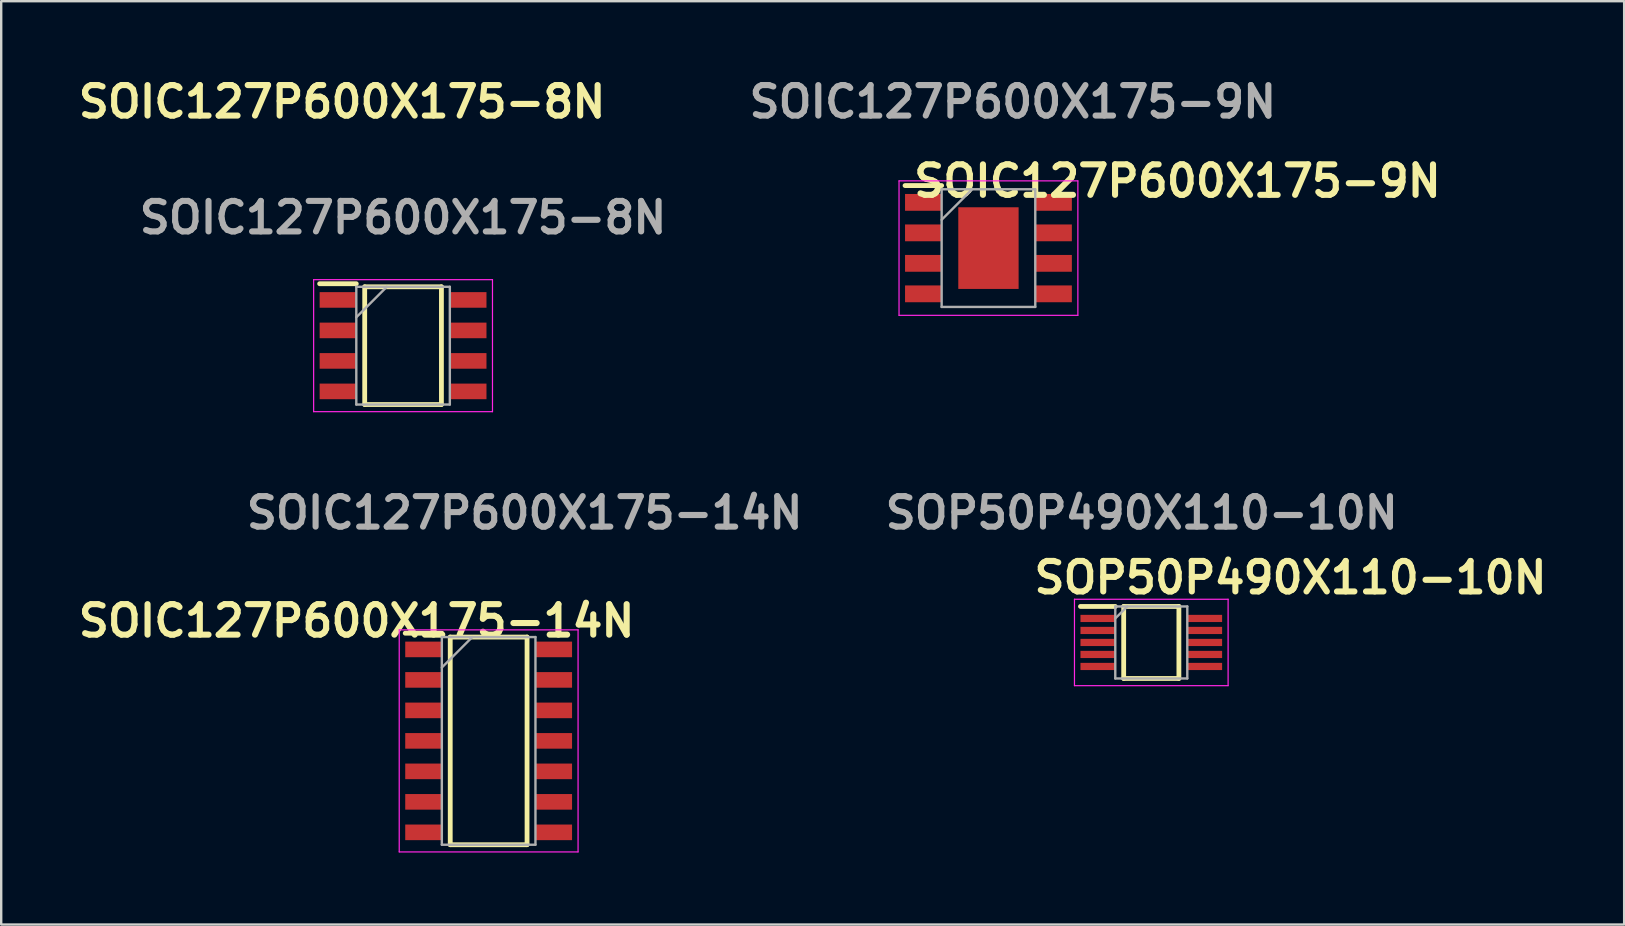
<source format=kicad_pcb>
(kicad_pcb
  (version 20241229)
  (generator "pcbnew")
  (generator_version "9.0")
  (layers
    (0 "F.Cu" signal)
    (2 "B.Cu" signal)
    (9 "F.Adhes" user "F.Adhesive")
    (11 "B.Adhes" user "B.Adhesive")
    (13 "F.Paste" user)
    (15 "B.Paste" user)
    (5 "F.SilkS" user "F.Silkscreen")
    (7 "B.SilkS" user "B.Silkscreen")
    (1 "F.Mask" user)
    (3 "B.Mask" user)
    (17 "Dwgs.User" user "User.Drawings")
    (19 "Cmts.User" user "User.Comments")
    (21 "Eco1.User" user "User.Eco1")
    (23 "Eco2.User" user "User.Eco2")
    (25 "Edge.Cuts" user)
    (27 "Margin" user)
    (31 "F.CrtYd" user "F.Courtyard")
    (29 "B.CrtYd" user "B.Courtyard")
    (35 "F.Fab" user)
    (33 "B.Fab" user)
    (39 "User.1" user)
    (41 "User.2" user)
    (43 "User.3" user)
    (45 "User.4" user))
  (footprint "SOIC127P600X175-14N"
    (layer "F.Cu")
    (at 17.305 27.812)
    (property "Reference" "SOIC127P600X175-14N" (at -5.5 -5 0) (layer "F.SilkS") (effects (font (size 1.27 1.27) (thickness 0.254))))
    (attr smd)
    (fp_line (start -3.475 -4.485) (end -1.95 -4.485) (stroke (width 0.2) (type solid)) (layer "F.SilkS"))
    (fp_line (start -1.6 -4.325) (end 1.6 -4.325) (stroke (width 0.2) (type solid)) (layer "F.SilkS"))
    (fp_line (start -1.6 4.325) (end -1.6 -4.325) (stroke (width 0.2) (type solid)) (layer "F.SilkS"))
    (fp_line (start 1.6 -4.325) (end 1.6 4.325) (stroke (width 0.2) (type solid)) (layer "F.SilkS"))
    (fp_line (start 1.6 4.325) (end -1.6 4.325) (stroke (width 0.2) (type solid)) (layer "F.SilkS"))
    (fp_line (start -3.725 -4.625) (end 3.725 -4.625) (stroke (width 0.05) (type solid)) (layer "F.CrtYd"))
    (fp_line (start -3.725 4.625) (end -3.725 -4.625) (stroke (width 0.05) (type solid)) (layer "F.CrtYd"))
    (fp_line (start 3.725 -4.625) (end 3.725 4.625) (stroke (width 0.05) (type solid)) (layer "F.CrtYd"))
    (fp_line (start 3.725 4.625) (end -3.725 4.625) (stroke (width 0.05) (type solid)) (layer "F.CrtYd"))
    (fp_line (start -1.95 -4.325) (end 1.95 -4.325) (stroke (width 0.1) (type solid)) (layer "F.Fab"))
    (fp_line (start -1.95 -3.055) (end -0.68 -4.325) (stroke (width 0.1) (type solid)) (layer "F.Fab"))
    (fp_line (start -1.95 4.325) (end -1.95 -4.325) (stroke (width 0.1) (type solid)) (layer "F.Fab"))
    (fp_line (start 1.95 -4.325) (end 1.95 4.325) (stroke (width 0.1) (type solid)) (layer "F.Fab"))
    (fp_line (start 1.95 4.325) (end -1.95 4.325) (stroke (width 0.1) (type solid)) (layer "F.Fab"))
    (fp_text user "${REFERENCE}" (at 1.5 -9.5 0) (layer "F.Fab") (effects (font (size 1.27 1.27) (thickness 0.254))))
    (pad "1" smd rect (at -2.712 -3.81 90) (size 0.65 1.525) (layers "F.Cu" "F.Mask" "F.Paste"))
    (pad "2" smd rect (at -2.712 -2.54 90) (size 0.65 1.525) (layers "F.Cu" "F.Mask" "F.Paste"))
    (pad "3" smd rect (at -2.712 -1.27 90) (size 0.65 1.525) (layers "F.Cu" "F.Mask" "F.Paste"))
    (pad "4" smd rect (at -2.712 0 90) (size 0.65 1.525) (layers "F.Cu" "F.Mask" "F.Paste"))
    (pad "5" smd rect (at -2.712 1.27 90) (size 0.65 1.525) (layers "F.Cu" "F.Mask" "F.Paste"))
    (pad "6" smd rect (at -2.712 2.54 90) (size 0.65 1.525) (layers "F.Cu" "F.Mask" "F.Paste"))
    (pad "7" smd rect (at -2.712 3.81 90) (size 0.65 1.525) (layers "F.Cu" "F.Mask" "F.Paste"))
    (pad "8" smd rect (at 2.712 3.81 90) (size 0.65 1.525) (layers "F.Cu" "F.Mask" "F.Paste"))
    (pad "9" smd rect (at 2.712 2.54 90) (size 0.65 1.525) (layers "F.Cu" "F.Mask" "F.Paste"))
    (pad "10" smd rect (at 2.712 1.27 90) (size 0.65 1.525) (layers "F.Cu" "F.Mask" "F.Paste"))
    (pad "11" smd rect (at 2.712 0 90) (size 0.65 1.525) (layers "F.Cu" "F.Mask" "F.Paste"))
    (pad "12" smd rect (at 2.712 -1.27 90) (size 0.65 1.525) (layers "F.Cu" "F.Mask" "F.Paste"))
    (pad "13" smd rect (at 2.712 -2.54 90) (size 0.65 1.525) (layers "F.Cu" "F.Mask" "F.Paste"))
    (pad "14" smd rect (at 2.712 -3.81 90) (size 0.65 1.525) (layers "F.Cu" "F.Mask" "F.Paste")))
  (footprint "SOIC127P600X175-8N"
    (layer "F.Cu")
    (at 13.74 11.349)
    (property "Reference" "SOIC127P600X175-8N" (at -2.54 -10.16 0) (layer "F.SilkS") (effects (font (size 1.27 1.27) (thickness 0.254))))
    (attr smd)
    (fp_line (start -3.475 -2.58) (end -1.948 -2.58) (stroke (width 0.2) (type solid)) (layer "F.SilkS"))
    (fp_line (start -1.598 -2.452) (end 1.598 -2.452) (stroke (width 0.2) (type solid)) (layer "F.SilkS"))
    (fp_line (start -1.598 2.452) (end -1.598 -2.452) (stroke (width 0.2) (type solid)) (layer "F.SilkS"))
    (fp_line (start 1.598 -2.452) (end 1.598 2.452) (stroke (width 0.2) (type solid)) (layer "F.SilkS"))
    (fp_line (start 1.598 2.452) (end -1.598 2.452) (stroke (width 0.2) (type solid)) (layer "F.SilkS"))
    (fp_line (start -3.725 -2.75) (end 3.725 -2.75) (stroke (width 0.05) (type solid)) (layer "F.CrtYd"))
    (fp_line (start -3.725 2.75) (end -3.725 -2.75) (stroke (width 0.05) (type solid)) (layer "F.CrtYd"))
    (fp_line (start 3.725 -2.75) (end 3.725 2.75) (stroke (width 0.05) (type solid)) (layer "F.CrtYd"))
    (fp_line (start 3.725 2.75) (end -3.725 2.75) (stroke (width 0.05) (type solid)) (layer "F.CrtYd"))
    (fp_line (start -1.948 -2.452) (end 1.948 -2.452) (stroke (width 0.1) (type solid)) (layer "F.Fab"))
    (fp_line (start -1.948 -1.182) (end -0.678 -2.452) (stroke (width 0.1) (type solid)) (layer "F.Fab"))
    (fp_line (start -1.948 2.452) (end -1.948 -2.452) (stroke (width 0.1) (type solid)) (layer "F.Fab"))
    (fp_line (start 1.948 -2.452) (end 1.948 2.452) (stroke (width 0.1) (type solid)) (layer "F.Fab"))
    (fp_line (start 1.948 2.452) (end -1.948 2.452) (stroke (width 0.1) (type solid)) (layer "F.Fab"))
    (fp_text user "${REFERENCE}" (at 0 -5.334 0) (layer "F.Fab") (effects (font (size 1.27 1.27) (thickness 0.254))))
    (pad "1" smd rect (at -2.711 -1.905 90) (size 0.65 1.528) (layers "F.Cu" "F.Mask" "F.Paste"))
    (pad "2" smd rect (at -2.711 -0.635 90) (size 0.65 1.528) (layers "F.Cu" "F.Mask" "F.Paste"))
    (pad "3" smd rect (at -2.711 0.635 90) (size 0.65 1.528) (layers "F.Cu" "F.Mask" "F.Paste"))
    (pad "4" smd rect (at -2.711 1.905 90) (size 0.65 1.528) (layers "F.Cu" "F.Mask" "F.Paste"))
    (pad "5" smd rect (at 2.711 1.905 90) (size 0.65 1.528) (layers "F.Cu" "F.Mask" "F.Paste"))
    (pad "6" smd rect (at 2.711 0.635 90) (size 0.65 1.528) (layers "F.Cu" "F.Mask" "F.Paste"))
    (pad "7" smd rect (at 2.711 -0.635 90) (size 0.65 1.528) (layers "F.Cu" "F.Mask" "F.Paste"))
    (pad "8" smd rect (at 2.711 -1.905 90) (size 0.65 1.528) (layers "F.Cu" "F.Mask" "F.Paste")))
  (footprint "SOIC127P600X175-9N"
    (layer "F.Cu")
    (at 38.125 7.285)
    (property "Reference" "SOIC127P600X175-9N" (at 7.874 -2.794 0) (layer "F.SilkS") (effects (font (size 1.27 1.27) (thickness 0.254))))
    (attr smd)
    (fp_line (start -3.475 -2.605) (end -1.95 -2.605) (stroke (width 0.2) (type solid)) (layer "F.SilkS"))
    (fp_line (start -3.725 -2.8) (end 3.725 -2.8) (stroke (width 0.05) (type solid)) (layer "F.CrtYd"))
    (fp_line (start -3.725 2.8) (end -3.725 -2.8) (stroke (width 0.05) (type solid)) (layer "F.CrtYd"))
    (fp_line (start 3.725 -2.8) (end 3.725 2.8) (stroke (width 0.05) (type solid)) (layer "F.CrtYd"))
    (fp_line (start 3.725 2.8) (end -3.725 2.8) (stroke (width 0.05) (type solid)) (layer "F.CrtYd"))
    (fp_line (start -1.95 -2.45) (end 1.95 -2.45) (stroke (width 0.1) (type solid)) (layer "F.Fab"))
    (fp_line (start -1.95 -1.18) (end -0.68 -2.45) (stroke (width 0.1) (type solid)) (layer "F.Fab"))
    (fp_line (start -1.95 2.45) (end -1.95 -2.45) (stroke (width 0.1) (type solid)) (layer "F.Fab"))
    (fp_line (start 1.95 -2.45) (end 1.95 2.45) (stroke (width 0.1) (type solid)) (layer "F.Fab"))
    (fp_line (start 1.95 2.45) (end -1.95 2.45) (stroke (width 0.1) (type solid)) (layer "F.Fab"))
    (fp_text user "${REFERENCE}" (at 1.016 -6.096 0) (layer "F.Fab") (effects (font (size 1.27 1.27) (thickness 0.254))))
    (pad "1" smd rect (at -2.712 -1.905 90) (size 0.7 1.525) (layers "F.Cu" "F.Mask" "F.Paste"))
    (pad "2" smd rect (at -2.712 -0.635 90) (size 0.7 1.525) (layers "F.Cu" "F.Mask" "F.Paste"))
    (pad "3" smd rect (at -2.712 0.635 90) (size 0.7 1.525) (layers "F.Cu" "F.Mask" "F.Paste"))
    (pad "4" smd rect (at -2.712 1.905 90) (size 0.7 1.525) (layers "F.Cu" "F.Mask" "F.Paste"))
    (pad "5" smd rect (at 2.712 1.905 90) (size 0.7 1.525) (layers "F.Cu" "F.Mask" "F.Paste"))
    (pad "6" smd rect (at 2.712 0.635 90) (size 0.7 1.525) (layers "F.Cu" "F.Mask" "F.Paste"))
    (pad "7" smd rect (at 2.712 -0.635 90) (size 0.7 1.525) (layers "F.Cu" "F.Mask" "F.Paste"))
    (pad "8" smd rect (at 2.712 -1.905 90) (size 0.7 1.525) (layers "F.Cu" "F.Mask" "F.Paste"))
    (pad "9" smd rect (at 0 0) (size 2.513 3.402) (layers "F.Cu" "F.Mask" "F.Paste")))
  (footprint "SOP50P490X110-10N"
    (layer "F.Cu")
    (at 44.908 23.712)
    (property "Reference" "SOP50P490X110-10N" (at 5.8 -2.7 0) (layer "F.SilkS") (effects (font (size 1.27 1.27) (thickness 0.254))))
    (attr smd)
    (fp_line (start -2.95 -1.5) (end -1.5 -1.5) (stroke (width 0.2) (type solid)) (layer "F.SilkS"))
    (fp_line (start -1.15 -1.5) (end 1.15 -1.5) (stroke (width 0.2) (type solid)) (layer "F.SilkS"))
    (fp_line (start -1.15 1.5) (end -1.15 -1.5) (stroke (width 0.2) (type solid)) (layer "F.SilkS"))
    (fp_line (start 1.15 -1.5) (end 1.15 1.5) (stroke (width 0.2) (type solid)) (layer "F.SilkS"))
    (fp_line (start 1.15 1.5) (end -1.15 1.5) (stroke (width 0.2) (type solid)) (layer "F.SilkS"))
    (fp_line (start -3.2 -1.8) (end 3.2 -1.8) (stroke (width 0.05) (type solid)) (layer "F.CrtYd"))
    (fp_line (start -3.2 1.8) (end -3.2 -1.8) (stroke (width 0.05) (type solid)) (layer "F.CrtYd"))
    (fp_line (start 3.2 -1.8) (end 3.2 1.8) (stroke (width 0.05) (type solid)) (layer "F.CrtYd"))
    (fp_line (start 3.2 1.8) (end -3.2 1.8) (stroke (width 0.05) (type solid)) (layer "F.CrtYd"))
    (fp_line (start -1.5 -1.5) (end 1.5 -1.5) (stroke (width 0.1) (type solid)) (layer "F.Fab"))
    (fp_line (start -1.5 -1) (end -1 -1.5) (stroke (width 0.1) (type solid)) (layer "F.Fab"))
    (fp_line (start -1.5 1.5) (end -1.5 -1.5) (stroke (width 0.1) (type solid)) (layer "F.Fab"))
    (fp_line (start 1.5 -1.5) (end 1.5 1.5) (stroke (width 0.1) (type solid)) (layer "F.Fab"))
    (fp_line (start 1.5 1.5) (end -1.5 1.5) (stroke (width 0.1) (type solid)) (layer "F.Fab"))
    (fp_text user "${REFERENCE}" (at -0.4 -5.4 0) (layer "F.Fab") (effects (font (size 1.27 1.27) (thickness 0.254))))
    (pad "1" smd rect (at -2.225 -1 90) (size 0.3 1.45) (layers "F.Cu" "F.Mask" "F.Paste"))
    (pad "2" smd rect (at -2.225 -0.5 90) (size 0.3 1.45) (layers "F.Cu" "F.Mask" "F.Paste"))
    (pad "3" smd rect (at -2.225 0 90) (size 0.3 1.45) (layers "F.Cu" "F.Mask" "F.Paste"))
    (pad "4" smd rect (at -2.225 0.5 90) (size 0.3 1.45) (layers "F.Cu" "F.Mask" "F.Paste"))
    (pad "5" smd rect (at -2.225 1 90) (size 0.3 1.45) (layers "F.Cu" "F.Mask" "F.Paste"))
    (pad "6" smd rect (at 2.225 1 90) (size 0.3 1.45) (layers "F.Cu" "F.Mask" "F.Paste"))
    (pad "7" smd rect (at 2.225 0.5 90) (size 0.3 1.45) (layers "F.Cu" "F.Mask" "F.Paste"))
    (pad "8" smd rect (at 2.225 0 90) (size 0.3 1.45) (layers "F.Cu" "F.Mask" "F.Paste"))
    (pad "9" smd rect (at 2.225 -0.5 90) (size 0.3 1.45) (layers "F.Cu" "F.Mask" "F.Paste"))
    (pad "10" smd rect (at 2.225 -1 90) (size 0.3 1.45) (layers "F.Cu" "F.Mask" "F.Paste")))
  (gr_rect
    (start -3 -3)
    (end 64.606 35.462)
    (stroke (width 0.1) (type default))
    (fill no)
    (layer "Edge.Cuts")))
</source>
